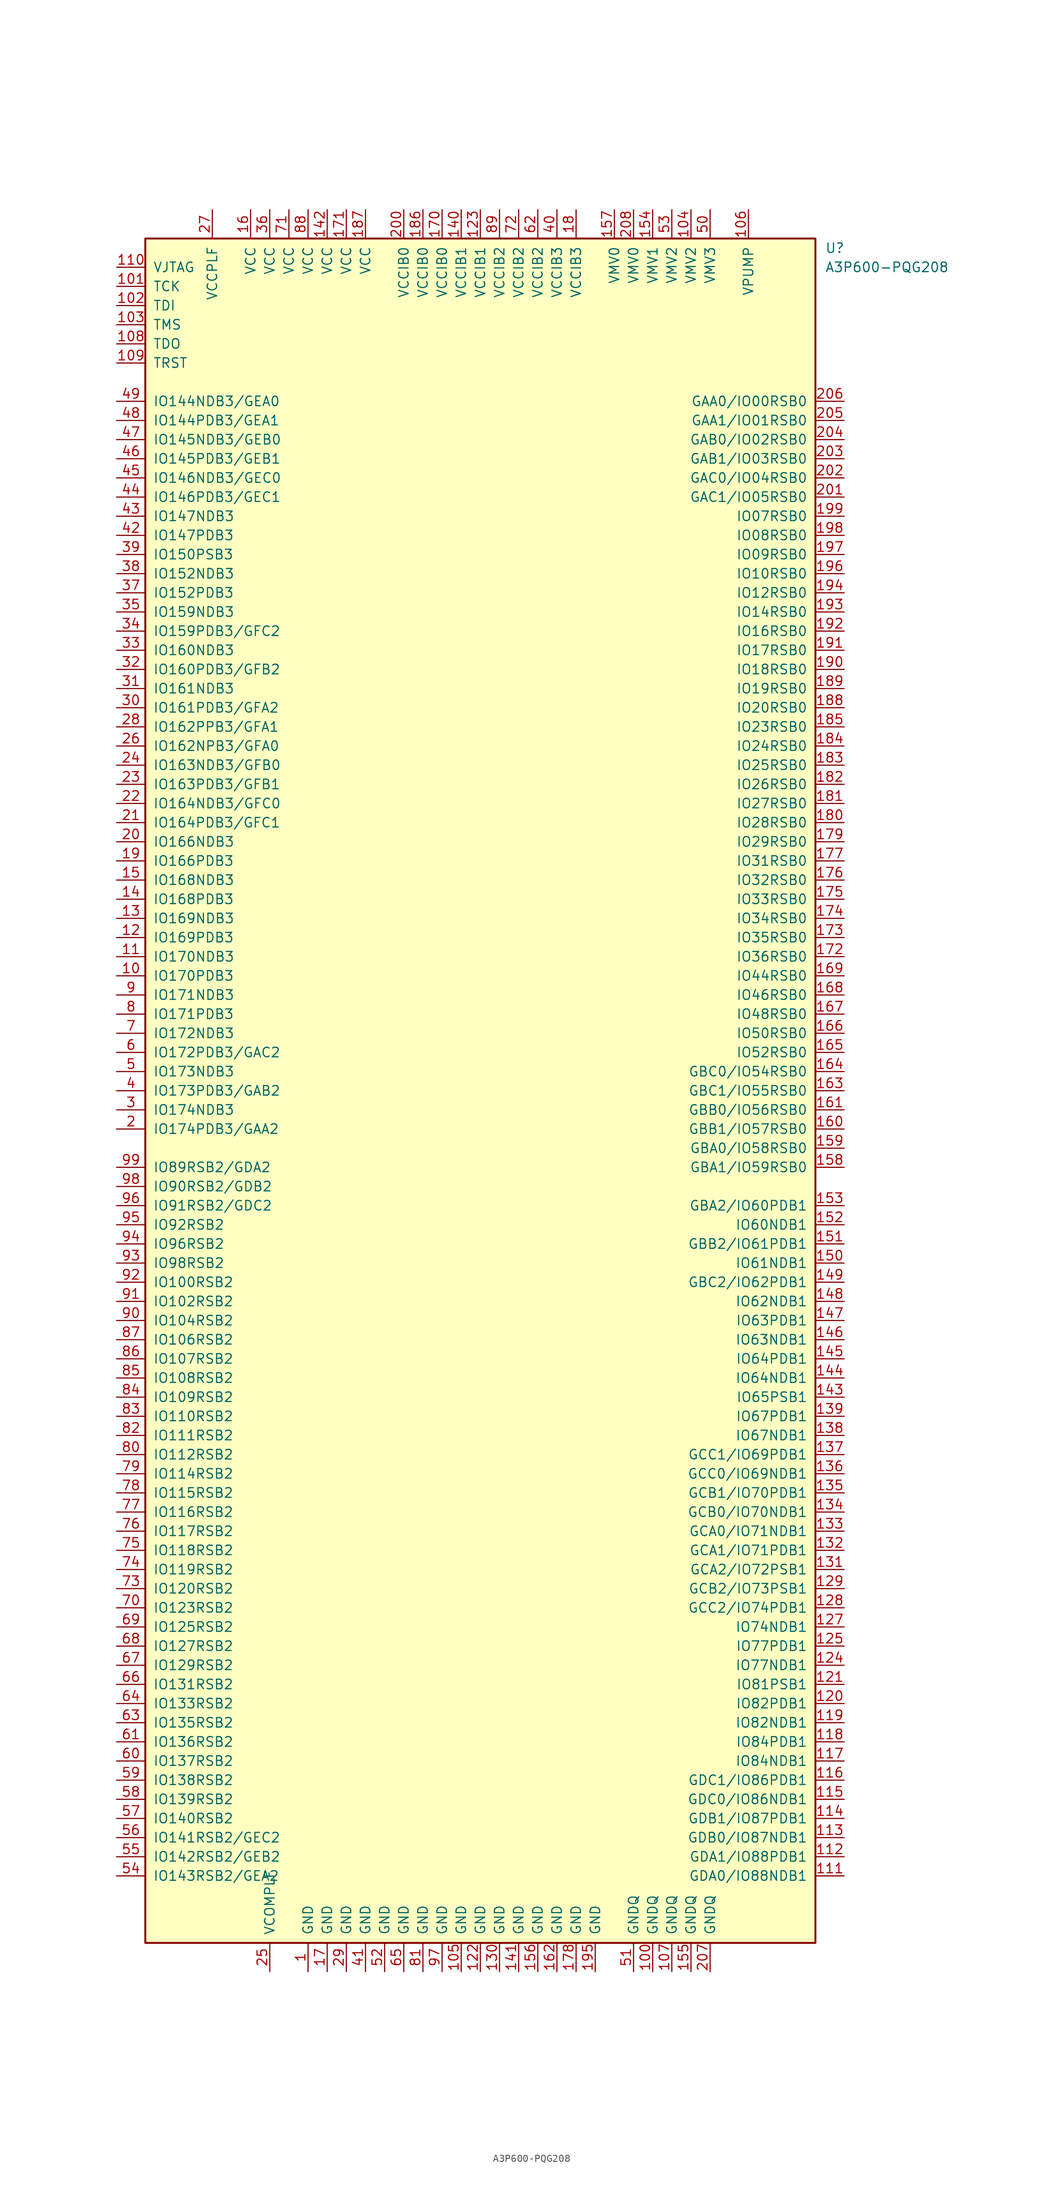
<source format=kicad_sym>
(kicad_symbol_lib
  (version 20211014)
  (generator kicad_symbol_editor)
  (symbol "A3P600-PQG208"
    (pin_names
      (offset 1.016))
    (property "Reference" "U"
      (at 45.72 111.76 0)
      (effects (font (size 1.27 1.27)) (justify left)))
    (property "Value" "A3P600-PQG208"
      (at 45.72 109.22 0)
      (effects (font (size 1.27 1.27)) (justify left)))
    (symbol "A3P600-PQG208_1_0"
      (rectangle (start -44.45 -113.03) (end 44.45 113.03) (stroke (width 0.254) (type default) (color 0 0 0 0)) (fill (type background))))
    (symbol "A3P600-PQG208_1_1"
      (pin power_in line (at -22.86 -116.84 90) (length 3.81) (name "GND" (effects (font (size 1.27 1.27)))) (number "1" (effects (font (size 1.27 1.27)))))
      (pin bidirectional line (at -48.26 15.24 0) (length 3.81) (name "IO170PDB3" (effects (font (size 1.27 1.27)))) (number "10" (effects (font (size 1.27 1.27)))))
      (pin power_in line (at 22.86 -116.84 90) (length 3.81) (name "GNDQ" (effects (font (size 1.27 1.27)))) (number "100" (effects (font (size 1.27 1.27)))))
      (pin bidirectional line (at -48.26 106.68 0) (length 3.81) (name "TCK" (effects (font (size 1.27 1.27)))) (number "101" (effects (font (size 1.27 1.27)))))
      (pin bidirectional line (at -48.26 104.14 0) (length 3.81) (name "TDI" (effects (font (size 1.27 1.27)))) (number "102" (effects (font (size 1.27 1.27)))))
      (pin bidirectional line (at -48.26 101.6 0) (length 3.81) (name "TMS" (effects (font (size 1.27 1.27)))) (number "103" (effects (font (size 1.27 1.27)))))
      (pin power_in line (at 27.94 116.84 270) (length 3.81) (name "VMV2" (effects (font (size 1.27 1.27)))) (number "104" (effects (font (size 1.27 1.27)))))
      (pin power_in line (at -2.54 -116.84 90) (length 3.81) (name "GND" (effects (font (size 1.27 1.27)))) (number "105" (effects (font (size 1.27 1.27)))))
      (pin power_in line (at 35.56 116.84 270) (length 3.81) (name "VPUMP" (effects (font (size 1.27 1.27)))) (number "106" (effects (font (size 1.27 1.27)))))
      (pin power_in line (at 25.4 -116.84 90) (length 3.81) (name "GNDQ" (effects (font (size 1.27 1.27)))) (number "107" (effects (font (size 1.27 1.27)))))
      (pin bidirectional line (at -48.26 99.06 0) (length 3.81) (name "TDO" (effects (font (size 1.27 1.27)))) (number "108" (effects (font (size 1.27 1.27)))))
      (pin bidirectional line (at -48.26 96.52 0) (length 3.81) (name "TRST" (effects (font (size 1.27 1.27)))) (number "109" (effects (font (size 1.27 1.27)))))
      (pin bidirectional line (at -48.26 17.78 0) (length 3.81) (name "IO170NDB3" (effects (font (size 1.27 1.27)))) (number "11" (effects (font (size 1.27 1.27)))))
      (pin power_in line (at -48.26 109.22 0) (length 3.81) (name "VJTAG" (effects (font (size 1.27 1.27)))) (number "110" (effects (font (size 1.27 1.27)))))
      (pin bidirectional line (at 48.26 -104.14 180) (length 3.81) (name "GDA0/IO88NDB1" (effects (font (size 1.27 1.27)))) (number "111" (effects (font (size 1.27 1.27)))))
      (pin bidirectional line (at 48.26 -101.6 180) (length 3.81) (name "GDA1/IO88PDB1" (effects (font (size 1.27 1.27)))) (number "112" (effects (font (size 1.27 1.27)))))
      (pin bidirectional line (at 48.26 -99.06 180) (length 3.81) (name "GDB0/IO87NDB1" (effects (font (size 1.27 1.27)))) (number "113" (effects (font (size 1.27 1.27)))))
      (pin bidirectional line (at 48.26 -96.52 180) (length 3.81) (name "GDB1/IO87PDB1" (effects (font (size 1.27 1.27)))) (number "114" (effects (font (size 1.27 1.27)))))
      (pin bidirectional line (at 48.26 -93.98 180) (length 3.81) (name "GDC0/IO86NDB1" (effects (font (size 1.27 1.27)))) (number "115" (effects (font (size 1.27 1.27)))))
      (pin bidirectional line (at 48.26 -91.44 180) (length 3.81) (name "GDC1/IO86PDB1" (effects (font (size 1.27 1.27)))) (number "116" (effects (font (size 1.27 1.27)))))
      (pin bidirectional line (at 48.26 -88.9 180) (length 3.81) (name "IO84NDB1" (effects (font (size 1.27 1.27)))) (number "117" (effects (font (size 1.27 1.27)))))
      (pin bidirectional line (at 48.26 -86.36 180) (length 3.81) (name "IO84PDB1" (effects (font (size 1.27 1.27)))) (number "118" (effects (font (size 1.27 1.27)))))
      (pin bidirectional line (at 48.26 -83.82 180) (length 3.81) (name "IO82NDB1" (effects (font (size 1.27 1.27)))) (number "119" (effects (font (size 1.27 1.27)))))
      (pin bidirectional line (at -48.26 20.32 0) (length 3.81) (name "IO169PDB3" (effects (font (size 1.27 1.27)))) (number "12" (effects (font (size 1.27 1.27)))))
      (pin bidirectional line (at 48.26 -81.28 180) (length 3.81) (name "IO82PDB1" (effects (font (size 1.27 1.27)))) (number "120" (effects (font (size 1.27 1.27)))))
      (pin bidirectional line (at 48.26 -78.74 180) (length 3.81) (name "IO81PSB1" (effects (font (size 1.27 1.27)))) (number "121" (effects (font (size 1.27 1.27)))))
      (pin power_in line (at 0 -116.84 90) (length 3.81) (name "GND" (effects (font (size 1.27 1.27)))) (number "122" (effects (font (size 1.27 1.27)))))
      (pin power_in line (at 0 116.84 270) (length 3.81) (name "VCCIB1" (effects (font (size 1.27 1.27)))) (number "123" (effects (font (size 1.27 1.27)))))
      (pin bidirectional line (at 48.26 -76.2 180) (length 3.81) (name "IO77NDB1" (effects (font (size 1.27 1.27)))) (number "124" (effects (font (size 1.27 1.27)))))
      (pin bidirectional line (at 48.26 -73.66 180) (length 3.81) (name "IO77PDB1" (effects (font (size 1.27 1.27)))) (number "125" (effects (font (size 1.27 1.27)))))
      (pin bidirectional line (at 48.26 -71.12 180) (length 3.81) (name "IO74NDB1" (effects (font (size 1.27 1.27)))) (number "127" (effects (font (size 1.27 1.27)))))
      (pin bidirectional line (at 48.26 -68.58 180) (length 3.81) (name "GCC2/IO74PDB1" (effects (font (size 1.27 1.27)))) (number "128" (effects (font (size 1.27 1.27)))))
      (pin bidirectional line (at 48.26 -66.04 180) (length 3.81) (name "GCB2/IO73PSB1" (effects (font (size 1.27 1.27)))) (number "129" (effects (font (size 1.27 1.27)))))
      (pin bidirectional line (at -48.26 22.86 0) (length 3.81) (name "IO169NDB3" (effects (font (size 1.27 1.27)))) (number "13" (effects (font (size 1.27 1.27)))))
      (pin power_in line (at 2.54 -116.84 90) (length 3.81) (name "GND" (effects (font (size 1.27 1.27)))) (number "130" (effects (font (size 1.27 1.27)))))
      (pin bidirectional line (at 48.26 -63.5 180) (length 3.81) (name "GCA2/IO72PSB1" (effects (font (size 1.27 1.27)))) (number "131" (effects (font (size 1.27 1.27)))))
      (pin bidirectional line (at 48.26 -60.96 180) (length 3.81) (name "GCA1/IO71PDB1" (effects (font (size 1.27 1.27)))) (number "132" (effects (font (size 1.27 1.27)))))
      (pin bidirectional line (at 48.26 -58.42 180) (length 3.81) (name "GCA0/IO71NDB1" (effects (font (size 1.27 1.27)))) (number "133" (effects (font (size 1.27 1.27)))))
      (pin bidirectional line (at 48.26 -55.88 180) (length 3.81) (name "GCB0/IO70NDB1" (effects (font (size 1.27 1.27)))) (number "134" (effects (font (size 1.27 1.27)))))
      (pin bidirectional line (at 48.26 -53.34 180) (length 3.81) (name "GCB1/IO70PDB1" (effects (font (size 1.27 1.27)))) (number "135" (effects (font (size 1.27 1.27)))))
      (pin bidirectional line (at 48.26 -50.8 180) (length 3.81) (name "GCC0/IO69NDB1" (effects (font (size 1.27 1.27)))) (number "136" (effects (font (size 1.27 1.27)))))
      (pin bidirectional line (at 48.26 -48.26 180) (length 3.81) (name "GCC1/IO69PDB1" (effects (font (size 1.27 1.27)))) (number "137" (effects (font (size 1.27 1.27)))))
      (pin bidirectional line (at 48.26 -45.72 180) (length 3.81) (name "IO67NDB1" (effects (font (size 1.27 1.27)))) (number "138" (effects (font (size 1.27 1.27)))))
      (pin bidirectional line (at 48.26 -43.18 180) (length 3.81) (name "IO67PDB1" (effects (font (size 1.27 1.27)))) (number "139" (effects (font (size 1.27 1.27)))))
      (pin bidirectional line (at -48.26 25.4 0) (length 3.81) (name "IO168PDB3" (effects (font (size 1.27 1.27)))) (number "14" (effects (font (size 1.27 1.27)))))
      (pin power_in line (at -2.54 116.84 270) (length 3.81) (name "VCCIB1" (effects (font (size 1.27 1.27)))) (number "140" (effects (font (size 1.27 1.27)))))
      (pin power_in line (at 5.08 -116.84 90) (length 3.81) (name "GND" (effects (font (size 1.27 1.27)))) (number "141" (effects (font (size 1.27 1.27)))))
      (pin power_in line (at -20.32 116.84 270) (length 3.81) (name "VCC" (effects (font (size 1.27 1.27)))) (number "142" (effects (font (size 1.27 1.27)))))
      (pin bidirectional line (at 48.26 -40.64 180) (length 3.81) (name "IO65PSB1" (effects (font (size 1.27 1.27)))) (number "143" (effects (font (size 1.27 1.27)))))
      (pin bidirectional line (at 48.26 -38.1 180) (length 3.81) (name "IO64NDB1" (effects (font (size 1.27 1.27)))) (number "144" (effects (font (size 1.27 1.27)))))
      (pin bidirectional line (at 48.26 -35.56 180) (length 3.81) (name "IO64PDB1" (effects (font (size 1.27 1.27)))) (number "145" (effects (font (size 1.27 1.27)))))
      (pin bidirectional line (at 48.26 -33.02 180) (length 3.81) (name "IO63NDB1" (effects (font (size 1.27 1.27)))) (number "146" (effects (font (size 1.27 1.27)))))
      (pin bidirectional line (at 48.26 -30.48 180) (length 3.81) (name "IO63PDB1" (effects (font (size 1.27 1.27)))) (number "147" (effects (font (size 1.27 1.27)))))
      (pin bidirectional line (at 48.26 -27.94 180) (length 3.81) (name "IO62NDB1" (effects (font (size 1.27 1.27)))) (number "148" (effects (font (size 1.27 1.27)))))
      (pin bidirectional line (at 48.26 -25.4 180) (length 3.81) (name "GBC2/IO62PDB1" (effects (font (size 1.27 1.27)))) (number "149" (effects (font (size 1.27 1.27)))))
      (pin bidirectional line (at -48.26 27.94 0) (length 3.81) (name "IO168NDB3" (effects (font (size 1.27 1.27)))) (number "15" (effects (font (size 1.27 1.27)))))
      (pin bidirectional line (at 48.26 -22.86 180) (length 3.81) (name "IO61NDB1" (effects (font (size 1.27 1.27)))) (number "150" (effects (font (size 1.27 1.27)))))
      (pin bidirectional line (at 48.26 -20.32 180) (length 3.81) (name "GBB2/IO61PDB1" (effects (font (size 1.27 1.27)))) (number "151" (effects (font (size 1.27 1.27)))))
      (pin bidirectional line (at 48.26 -17.78 180) (length 3.81) (name "IO60NDB1" (effects (font (size 1.27 1.27)))) (number "152" (effects (font (size 1.27 1.27)))))
      (pin bidirectional line (at 48.26 -15.24 180) (length 3.81) (name "GBA2/IO60PDB1" (effects (font (size 1.27 1.27)))) (number "153" (effects (font (size 1.27 1.27)))))
      (pin power_in line (at 22.86 116.84 270) (length 3.81) (name "VMV1" (effects (font (size 1.27 1.27)))) (number "154" (effects (font (size 1.27 1.27)))))
      (pin power_in line (at 27.94 -116.84 90) (length 3.81) (name "GNDQ" (effects (font (size 1.27 1.27)))) (number "155" (effects (font (size 1.27 1.27)))))
      (pin power_in line (at 7.62 -116.84 90) (length 3.81) (name "GND" (effects (font (size 1.27 1.27)))) (number "156" (effects (font (size 1.27 1.27)))))
      (pin power_in line (at 17.78 116.84 270) (length 3.81) (name "VMV0" (effects (font (size 1.27 1.27)))) (number "157" (effects (font (size 1.27 1.27)))))
      (pin bidirectional line (at 48.26 -10.16 180) (length 3.81) (name "GBA1/IO59RSB0" (effects (font (size 1.27 1.27)))) (number "158" (effects (font (size 1.27 1.27)))))
      (pin bidirectional line (at 48.26 -7.62 180) (length 3.81) (name "GBA0/IO58RSB0" (effects (font (size 1.27 1.27)))) (number "159" (effects (font (size 1.27 1.27)))))
      (pin power_in line (at -30.48 116.84 270) (length 3.81) (name "VCC" (effects (font (size 1.27 1.27)))) (number "16" (effects (font (size 1.27 1.27)))))
      (pin bidirectional line (at 48.26 -5.08 180) (length 3.81) (name "GBB1/IO57RSB0" (effects (font (size 1.27 1.27)))) (number "160" (effects (font (size 1.27 1.27)))))
      (pin bidirectional line (at 48.26 -2.54 180) (length 3.81) (name "GBB0/IO56RSB0" (effects (font (size 1.27 1.27)))) (number "161" (effects (font (size 1.27 1.27)))))
      (pin power_in line (at 10.16 -116.84 90) (length 3.81) (name "GND" (effects (font (size 1.27 1.27)))) (number "162" (effects (font (size 1.27 1.27)))))
      (pin bidirectional line (at 48.26 0 180) (length 3.81) (name "GBC1/IO55RSB0" (effects (font (size 1.27 1.27)))) (number "163" (effects (font (size 1.27 1.27)))))
      (pin bidirectional line (at 48.26 2.54 180) (length 3.81) (name "GBC0/IO54RSB0" (effects (font (size 1.27 1.27)))) (number "164" (effects (font (size 1.27 1.27)))))
      (pin bidirectional line (at 48.26 5.08 180) (length 3.81) (name "IO52RSB0" (effects (font (size 1.27 1.27)))) (number "165" (effects (font (size 1.27 1.27)))))
      (pin bidirectional line (at 48.26 7.62 180) (length 3.81) (name "IO50RSB0" (effects (font (size 1.27 1.27)))) (number "166" (effects (font (size 1.27 1.27)))))
      (pin bidirectional line (at 48.26 10.16 180) (length 3.81) (name "IO48RSB0" (effects (font (size 1.27 1.27)))) (number "167" (effects (font (size 1.27 1.27)))))
      (pin bidirectional line (at 48.26 12.7 180) (length 3.81) (name "IO46RSB0" (effects (font (size 1.27 1.27)))) (number "168" (effects (font (size 1.27 1.27)))))
      (pin bidirectional line (at 48.26 15.24 180) (length 3.81) (name "IO44RSB0" (effects (font (size 1.27 1.27)))) (number "169" (effects (font (size 1.27 1.27)))))
      (pin power_in line (at -20.32 -116.84 90) (length 3.81) (name "GND" (effects (font (size 1.27 1.27)))) (number "17" (effects (font (size 1.27 1.27)))))
      (pin power_in line (at -5.08 116.84 270) (length 3.81) (name "VCCIB0" (effects (font (size 1.27 1.27)))) (number "170" (effects (font (size 1.27 1.27)))))
      (pin power_in line (at -17.78 116.84 270) (length 3.81) (name "VCC" (effects (font (size 1.27 1.27)))) (number "171" (effects (font (size 1.27 1.27)))))
      (pin bidirectional line (at 48.26 17.78 180) (length 3.81) (name "IO36RSB0" (effects (font (size 1.27 1.27)))) (number "172" (effects (font (size 1.27 1.27)))))
      (pin bidirectional line (at 48.26 20.32 180) (length 3.81) (name "IO35RSB0" (effects (font (size 1.27 1.27)))) (number "173" (effects (font (size 1.27 1.27)))))
      (pin bidirectional line (at 48.26 22.86 180) (length 3.81) (name "IO34RSB0" (effects (font (size 1.27 1.27)))) (number "174" (effects (font (size 1.27 1.27)))))
      (pin bidirectional line (at 48.26 25.4 180) (length 3.81) (name "IO33RSB0" (effects (font (size 1.27 1.27)))) (number "175" (effects (font (size 1.27 1.27)))))
      (pin bidirectional line (at 48.26 27.94 180) (length 3.81) (name "IO32RSB0" (effects (font (size 1.27 1.27)))) (number "176" (effects (font (size 1.27 1.27)))))
      (pin bidirectional line (at 48.26 30.48 180) (length 3.81) (name "IO31RSB0" (effects (font (size 1.27 1.27)))) (number "177" (effects (font (size 1.27 1.27)))))
      (pin power_in line (at 12.7 -116.84 90) (length 3.81) (name "GND" (effects (font (size 1.27 1.27)))) (number "178" (effects (font (size 1.27 1.27)))))
      (pin bidirectional line (at 48.26 33.02 180) (length 3.81) (name "IO29RSB0" (effects (font (size 1.27 1.27)))) (number "179" (effects (font (size 1.27 1.27)))))
      (pin power_in line (at 12.7 116.84 270) (length 3.81) (name "VCCIB3" (effects (font (size 1.27 1.27)))) (number "18" (effects (font (size 1.27 1.27)))))
      (pin bidirectional line (at 48.26 35.56 180) (length 3.81) (name "IO28RSB0" (effects (font (size 1.27 1.27)))) (number "180" (effects (font (size 1.27 1.27)))))
      (pin bidirectional line (at 48.26 38.1 180) (length 3.81) (name "IO27RSB0" (effects (font (size 1.27 1.27)))) (number "181" (effects (font (size 1.27 1.27)))))
      (pin bidirectional line (at 48.26 40.64 180) (length 3.81) (name "IO26RSB0" (effects (font (size 1.27 1.27)))) (number "182" (effects (font (size 1.27 1.27)))))
      (pin bidirectional line (at 48.26 43.18 180) (length 3.81) (name "IO25RSB0" (effects (font (size 1.27 1.27)))) (number "183" (effects (font (size 1.27 1.27)))))
      (pin bidirectional line (at 48.26 45.72 180) (length 3.81) (name "IO24RSB0" (effects (font (size 1.27 1.27)))) (number "184" (effects (font (size 1.27 1.27)))))
      (pin bidirectional line (at 48.26 48.26 180) (length 3.81) (name "IO23RSB0" (effects (font (size 1.27 1.27)))) (number "185" (effects (font (size 1.27 1.27)))))
      (pin power_in line (at -7.62 116.84 270) (length 3.81) (name "VCCIB0" (effects (font (size 1.27 1.27)))) (number "186" (effects (font (size 1.27 1.27)))))
      (pin power_in line (at -15.24 116.84 270) (length 3.81) (name "VCC" (effects (font (size 1.27 1.27)))) (number "187" (effects (font (size 1.27 1.27)))))
      (pin bidirectional line (at 48.26 50.8 180) (length 3.81) (name "IO20RSB0" (effects (font (size 1.27 1.27)))) (number "188" (effects (font (size 1.27 1.27)))))
      (pin bidirectional line (at 48.26 53.34 180) (length 3.81) (name "IO19RSB0" (effects (font (size 1.27 1.27)))) (number "189" (effects (font (size 1.27 1.27)))))
      (pin bidirectional line (at -48.26 30.48 0) (length 3.81) (name "IO166PDB3" (effects (font (size 1.27 1.27)))) (number "19" (effects (font (size 1.27 1.27)))))
      (pin bidirectional line (at 48.26 55.88 180) (length 3.81) (name "IO18RSB0" (effects (font (size 1.27 1.27)))) (number "190" (effects (font (size 1.27 1.27)))))
      (pin bidirectional line (at 48.26 58.42 180) (length 3.81) (name "IO17RSB0" (effects (font (size 1.27 1.27)))) (number "191" (effects (font (size 1.27 1.27)))))
      (pin bidirectional line (at 48.26 60.96 180) (length 3.81) (name "IO16RSB0" (effects (font (size 1.27 1.27)))) (number "192" (effects (font (size 1.27 1.27)))))
      (pin bidirectional line (at 48.26 63.5 180) (length 3.81) (name "IO14RSB0" (effects (font (size 1.27 1.27)))) (number "193" (effects (font (size 1.27 1.27)))))
      (pin bidirectional line (at 48.26 66.04 180) (length 3.81) (name "IO12RSB0" (effects (font (size 1.27 1.27)))) (number "194" (effects (font (size 1.27 1.27)))))
      (pin power_in line (at 15.24 -116.84 90) (length 3.81) (name "GND" (effects (font (size 1.27 1.27)))) (number "195" (effects (font (size 1.27 1.27)))))
      (pin bidirectional line (at 48.26 68.58 180) (length 3.81) (name "IO10RSB0" (effects (font (size 1.27 1.27)))) (number "196" (effects (font (size 1.27 1.27)))))
      (pin bidirectional line (at 48.26 71.12 180) (length 3.81) (name "IO09RSB0" (effects (font (size 1.27 1.27)))) (number "197" (effects (font (size 1.27 1.27)))))
      (pin bidirectional line (at 48.26 73.66 180) (length 3.81) (name "IO08RSB0" (effects (font (size 1.27 1.27)))) (number "198" (effects (font (size 1.27 1.27)))))
      (pin bidirectional line (at 48.26 76.2 180) (length 3.81) (name "IO07RSB0" (effects (font (size 1.27 1.27)))) (number "199" (effects (font (size 1.27 1.27)))))
      (pin bidirectional line (at -48.26 -5.08 0) (length 3.81) (name "IO174PDB3/GAA2" (effects (font (size 1.27 1.27)))) (number "2" (effects (font (size 1.27 1.27)))))
      (pin bidirectional line (at -48.26 33.02 0) (length 3.81) (name "IO166NDB3" (effects (font (size 1.27 1.27)))) (number "20" (effects (font (size 1.27 1.27)))))
      (pin power_in line (at -10.16 116.84 270) (length 3.81) (name "VCCIB0" (effects (font (size 1.27 1.27)))) (number "200" (effects (font (size 1.27 1.27)))))
      (pin bidirectional line (at 48.26 78.74 180) (length 3.81) (name "GAC1/IO05RSB0" (effects (font (size 1.27 1.27)))) (number "201" (effects (font (size 1.27 1.27)))))
      (pin bidirectional line (at 48.26 81.28 180) (length 3.81) (name "GAC0/IO04RSB0" (effects (font (size 1.27 1.27)))) (number "202" (effects (font (size 1.27 1.27)))))
      (pin bidirectional line (at 48.26 83.82 180) (length 3.81) (name "GAB1/IO03RSB0" (effects (font (size 1.27 1.27)))) (number "203" (effects (font (size 1.27 1.27)))))
      (pin bidirectional line (at 48.26 86.36 180) (length 3.81) (name "GAB0/IO02RSB0" (effects (font (size 1.27 1.27)))) (number "204" (effects (font (size 1.27 1.27)))))
      (pin bidirectional line (at 48.26 88.9 180) (length 3.81) (name "GAA1/IO01RSB0" (effects (font (size 1.27 1.27)))) (number "205" (effects (font (size 1.27 1.27)))))
      (pin bidirectional line (at 48.26 91.44 180) (length 3.81) (name "GAA0/IO00RSB0" (effects (font (size 1.27 1.27)))) (number "206" (effects (font (size 1.27 1.27)))))
      (pin power_in line (at 30.48 -116.84 90) (length 3.81) (name "GNDQ" (effects (font (size 1.27 1.27)))) (number "207" (effects (font (size 1.27 1.27)))))
      (pin power_in line (at 20.32 116.84 270) (length 3.81) (name "VMV0" (effects (font (size 1.27 1.27)))) (number "208" (effects (font (size 1.27 1.27)))))
      (pin bidirectional line (at -48.26 35.56 0) (length 3.81) (name "IO164PDB3/GFC1" (effects (font (size 1.27 1.27)))) (number "21" (effects (font (size 1.27 1.27)))))
      (pin bidirectional line (at -48.26 38.1 0) (length 3.81) (name "IO164NDB3/GFC0" (effects (font (size 1.27 1.27)))) (number "22" (effects (font (size 1.27 1.27)))))
      (pin bidirectional line (at -48.26 40.64 0) (length 3.81) (name "IO163PDB3/GFB1" (effects (font (size 1.27 1.27)))) (number "23" (effects (font (size 1.27 1.27)))))
      (pin bidirectional line (at -48.26 43.18 0) (length 3.81) (name "IO163NDB3/GFB0" (effects (font (size 1.27 1.27)))) (number "24" (effects (font (size 1.27 1.27)))))
      (pin power_in line (at -27.94 -116.84 90) (length 3.81) (name "VCOMPLF" (effects (font (size 1.27 1.27)))) (number "25" (effects (font (size 1.27 1.27)))))
      (pin bidirectional line (at -48.26 45.72 0) (length 3.81) (name "IO162NPB3/GFA0" (effects (font (size 1.27 1.27)))) (number "26" (effects (font (size 1.27 1.27)))))
      (pin power_in line (at -35.56 116.84 270) (length 3.81) (name "VCCPLF" (effects (font (size 1.27 1.27)))) (number "27" (effects (font (size 1.27 1.27)))))
      (pin bidirectional line (at -48.26 48.26 0) (length 3.81) (name "IO162PPB3/GFA1" (effects (font (size 1.27 1.27)))) (number "28" (effects (font (size 1.27 1.27)))))
      (pin power_in line (at -17.78 -116.84 90) (length 3.81) (name "GND" (effects (font (size 1.27 1.27)))) (number "29" (effects (font (size 1.27 1.27)))))
      (pin bidirectional line (at -48.26 -2.54 0) (length 3.81) (name "IO174NDB3" (effects (font (size 1.27 1.27)))) (number "3" (effects (font (size 1.27 1.27)))))
      (pin bidirectional line (at -48.26 50.8 0) (length 3.81) (name "IO161PDB3/GFA2" (effects (font (size 1.27 1.27)))) (number "30" (effects (font (size 1.27 1.27)))))
      (pin bidirectional line (at -48.26 53.34 0) (length 3.81) (name "IO161NDB3" (effects (font (size 1.27 1.27)))) (number "31" (effects (font (size 1.27 1.27)))))
      (pin bidirectional line (at -48.26 55.88 0) (length 3.81) (name "IO160PDB3/GFB2" (effects (font (size 1.27 1.27)))) (number "32" (effects (font (size 1.27 1.27)))))
      (pin bidirectional line (at -48.26 58.42 0) (length 3.81) (name "IO160NDB3" (effects (font (size 1.27 1.27)))) (number "33" (effects (font (size 1.27 1.27)))))
      (pin bidirectional line (at -48.26 60.96 0) (length 3.81) (name "IO159PDB3/GFC2" (effects (font (size 1.27 1.27)))) (number "34" (effects (font (size 1.27 1.27)))))
      (pin bidirectional line (at -48.26 63.5 0) (length 3.81) (name "IO159NDB3" (effects (font (size 1.27 1.27)))) (number "35" (effects (font (size 1.27 1.27)))))
      (pin power_in line (at -27.94 116.84 270) (length 3.81) (name "VCC" (effects (font (size 1.27 1.27)))) (number "36" (effects (font (size 1.27 1.27)))))
      (pin bidirectional line (at -48.26 66.04 0) (length 3.81) (name "IO152PDB3" (effects (font (size 1.27 1.27)))) (number "37" (effects (font (size 1.27 1.27)))))
      (pin bidirectional line (at -48.26 68.58 0) (length 3.81) (name "IO152NDB3" (effects (font (size 1.27 1.27)))) (number "38" (effects (font (size 1.27 1.27)))))
      (pin bidirectional line (at -48.26 71.12 0) (length 3.81) (name "IO150PSB3" (effects (font (size 1.27 1.27)))) (number "39" (effects (font (size 1.27 1.27)))))
      (pin bidirectional line (at -48.26 0 0) (length 3.81) (name "IO173PDB3/GAB2" (effects (font (size 1.27 1.27)))) (number "4" (effects (font (size 1.27 1.27)))))
      (pin power_in line (at 10.16 116.84 270) (length 3.81) (name "VCCIB3" (effects (font (size 1.27 1.27)))) (number "40" (effects (font (size 1.27 1.27)))))
      (pin power_in line (at -15.24 -116.84 90) (length 3.81) (name "GND" (effects (font (size 1.27 1.27)))) (number "41" (effects (font (size 1.27 1.27)))))
      (pin bidirectional line (at -48.26 73.66 0) (length 3.81) (name "IO147PDB3" (effects (font (size 1.27 1.27)))) (number "42" (effects (font (size 1.27 1.27)))))
      (pin bidirectional line (at -48.26 76.2 0) (length 3.81) (name "IO147NDB3" (effects (font (size 1.27 1.27)))) (number "43" (effects (font (size 1.27 1.27)))))
      (pin bidirectional line (at -48.26 78.74 0) (length 3.81) (name "IO146PDB3/GEC1" (effects (font (size 1.27 1.27)))) (number "44" (effects (font (size 1.27 1.27)))))
      (pin bidirectional line (at -48.26 81.28 0) (length 3.81) (name "IO146NDB3/GEC0" (effects (font (size 1.27 1.27)))) (number "45" (effects (font (size 1.27 1.27)))))
      (pin bidirectional line (at -48.26 83.82 0) (length 3.81) (name "IO145PDB3/GEB1" (effects (font (size 1.27 1.27)))) (number "46" (effects (font (size 1.27 1.27)))))
      (pin bidirectional line (at -48.26 86.36 0) (length 3.81) (name "IO145NDB3/GEB0" (effects (font (size 1.27 1.27)))) (number "47" (effects (font (size 1.27 1.27)))))
      (pin bidirectional line (at -48.26 88.9 0) (length 3.81) (name "IO144PDB3/GEA1" (effects (font (size 1.27 1.27)))) (number "48" (effects (font (size 1.27 1.27)))))
      (pin bidirectional line (at -48.26 91.44 0) (length 3.81) (name "IO144NDB3/GEA0" (effects (font (size 1.27 1.27)))) (number "49" (effects (font (size 1.27 1.27)))))
      (pin bidirectional line (at -48.26 2.54 0) (length 3.81) (name "IO173NDB3" (effects (font (size 1.27 1.27)))) (number "5" (effects (font (size 1.27 1.27)))))
      (pin power_in line (at 30.48 116.84 270) (length 3.81) (name "VMV3" (effects (font (size 1.27 1.27)))) (number "50" (effects (font (size 1.27 1.27)))))
      (pin power_in line (at 20.32 -116.84 90) (length 3.81) (name "GNDQ" (effects (font (size 1.27 1.27)))) (number "51" (effects (font (size 1.27 1.27)))))
      (pin power_in line (at -12.7 -116.84 90) (length 3.81) (name "GND" (effects (font (size 1.27 1.27)))) (number "52" (effects (font (size 1.27 1.27)))))
      (pin power_in line (at 25.4 116.84 270) (length 3.81) (name "VMV2" (effects (font (size 1.27 1.27)))) (number "53" (effects (font (size 1.27 1.27)))))
      (pin bidirectional line (at -48.26 -104.14 0) (length 3.81) (name "IO143RSB2/GEA2" (effects (font (size 1.27 1.27)))) (number "54" (effects (font (size 1.27 1.27)))))
      (pin bidirectional line (at -48.26 -101.6 0) (length 3.81) (name "IO142RSB2/GEB2" (effects (font (size 1.27 1.27)))) (number "55" (effects (font (size 1.27 1.27)))))
      (pin bidirectional line (at -48.26 -99.06 0) (length 3.81) (name "IO141RSB2/GEC2" (effects (font (size 1.27 1.27)))) (number "56" (effects (font (size 1.27 1.27)))))
      (pin bidirectional line (at -48.26 -96.52 0) (length 3.81) (name "IO140RSB2" (effects (font (size 1.27 1.27)))) (number "57" (effects (font (size 1.27 1.27)))))
      (pin bidirectional line (at -48.26 -93.98 0) (length 3.81) (name "IO139RSB2" (effects (font (size 1.27 1.27)))) (number "58" (effects (font (size 1.27 1.27)))))
      (pin bidirectional line (at -48.26 -91.44 0) (length 3.81) (name "IO138RSB2" (effects (font (size 1.27 1.27)))) (number "59" (effects (font (size 1.27 1.27)))))
      (pin bidirectional line (at -48.26 5.08 0) (length 3.81) (name "IO172PDB3/GAC2" (effects (font (size 1.27 1.27)))) (number "6" (effects (font (size 1.27 1.27)))))
      (pin bidirectional line (at -48.26 -88.9 0) (length 3.81) (name "IO137RSB2" (effects (font (size 1.27 1.27)))) (number "60" (effects (font (size 1.27 1.27)))))
      (pin bidirectional line (at -48.26 -86.36 0) (length 3.81) (name "IO136RSB2" (effects (font (size 1.27 1.27)))) (number "61" (effects (font (size 1.27 1.27)))))
      (pin power_in line (at 7.62 116.84 270) (length 3.81) (name "VCCIB2" (effects (font (size 1.27 1.27)))) (number "62" (effects (font (size 1.27 1.27)))))
      (pin bidirectional line (at -48.26 -83.82 0) (length 3.81) (name "IO135RSB2" (effects (font (size 1.27 1.27)))) (number "63" (effects (font (size 1.27 1.27)))))
      (pin bidirectional line (at -48.26 -81.28 0) (length 3.81) (name "IO133RSB2" (effects (font (size 1.27 1.27)))) (number "64" (effects (font (size 1.27 1.27)))))
      (pin power_in line (at -10.16 -116.84 90) (length 3.81) (name "GND" (effects (font (size 1.27 1.27)))) (number "65" (effects (font (size 1.27 1.27)))))
      (pin bidirectional line (at -48.26 -78.74 0) (length 3.81) (name "IO131RSB2" (effects (font (size 1.27 1.27)))) (number "66" (effects (font (size 1.27 1.27)))))
      (pin bidirectional line (at -48.26 -76.2 0) (length 3.81) (name "IO129RSB2" (effects (font (size 1.27 1.27)))) (number "67" (effects (font (size 1.27 1.27)))))
      (pin bidirectional line (at -48.26 -73.66 0) (length 3.81) (name "IO127RSB2" (effects (font (size 1.27 1.27)))) (number "68" (effects (font (size 1.27 1.27)))))
      (pin bidirectional line (at -48.26 -71.12 0) (length 3.81) (name "IO125RSB2" (effects (font (size 1.27 1.27)))) (number "69" (effects (font (size 1.27 1.27)))))
      (pin bidirectional line (at -48.26 7.62 0) (length 3.81) (name "IO172NDB3" (effects (font (size 1.27 1.27)))) (number "7" (effects (font (size 1.27 1.27)))))
      (pin bidirectional line (at -48.26 -68.58 0) (length 3.81) (name "IO123RSB2" (effects (font (size 1.27 1.27)))) (number "70" (effects (font (size 1.27 1.27)))))
      (pin power_in line (at -25.4 116.84 270) (length 3.81) (name "VCC" (effects (font (size 1.27 1.27)))) (number "71" (effects (font (size 1.27 1.27)))))
      (pin power_in line (at 5.08 116.84 270) (length 3.81) (name "VCCIB2" (effects (font (size 1.27 1.27)))) (number "72" (effects (font (size 1.27 1.27)))))
      (pin bidirectional line (at -48.26 -66.04 0) (length 3.81) (name "IO120RSB2" (effects (font (size 1.27 1.27)))) (number "73" (effects (font (size 1.27 1.27)))))
      (pin bidirectional line (at -48.26 -63.5 0) (length 3.81) (name "IO119RSB2" (effects (font (size 1.27 1.27)))) (number "74" (effects (font (size 1.27 1.27)))))
      (pin bidirectional line (at -48.26 -60.96 0) (length 3.81) (name "IO118RSB2" (effects (font (size 1.27 1.27)))) (number "75" (effects (font (size 1.27 1.27)))))
      (pin bidirectional line (at -48.26 -58.42 0) (length 3.81) (name "IO117RSB2" (effects (font (size 1.27 1.27)))) (number "76" (effects (font (size 1.27 1.27)))))
      (pin bidirectional line (at -48.26 -55.88 0) (length 3.81) (name "IO116RSB2" (effects (font (size 1.27 1.27)))) (number "77" (effects (font (size 1.27 1.27)))))
      (pin bidirectional line (at -48.26 -53.34 0) (length 3.81) (name "IO115RSB2" (effects (font (size 1.27 1.27)))) (number "78" (effects (font (size 1.27 1.27)))))
      (pin bidirectional line (at -48.26 -50.8 0) (length 3.81) (name "IO114RSB2" (effects (font (size 1.27 1.27)))) (number "79" (effects (font (size 1.27 1.27)))))
      (pin bidirectional line (at -48.26 10.16 0) (length 3.81) (name "IO171PDB3" (effects (font (size 1.27 1.27)))) (number "8" (effects (font (size 1.27 1.27)))))
      (pin bidirectional line (at -48.26 -48.26 0) (length 3.81) (name "IO112RSB2" (effects (font (size 1.27 1.27)))) (number "80" (effects (font (size 1.27 1.27)))))
      (pin power_in line (at -7.62 -116.84 90) (length 3.81) (name "GND" (effects (font (size 1.27 1.27)))) (number "81" (effects (font (size 1.27 1.27)))))
      (pin bidirectional line (at -48.26 -45.72 0) (length 3.81) (name "IO111RSB2" (effects (font (size 1.27 1.27)))) (number "82" (effects (font (size 1.27 1.27)))))
      (pin bidirectional line (at -48.26 -43.18 0) (length 3.81) (name "IO110RSB2" (effects (font (size 1.27 1.27)))) (number "83" (effects (font (size 1.27 1.27)))))
      (pin bidirectional line (at -48.26 -40.64 0) (length 3.81) (name "IO109RSB2" (effects (font (size 1.27 1.27)))) (number "84" (effects (font (size 1.27 1.27)))))
      (pin bidirectional line (at -48.26 -38.1 0) (length 3.81) (name "IO108RSB2" (effects (font (size 1.27 1.27)))) (number "85" (effects (font (size 1.27 1.27)))))
      (pin bidirectional line (at -48.26 -35.56 0) (length 3.81) (name "IO107RSB2" (effects (font (size 1.27 1.27)))) (number "86" (effects (font (size 1.27 1.27)))))
      (pin bidirectional line (at -48.26 -33.02 0) (length 3.81) (name "IO106RSB2" (effects (font (size 1.27 1.27)))) (number "87" (effects (font (size 1.27 1.27)))))
      (pin power_in line (at -22.86 116.84 270) (length 3.81) (name "VCC" (effects (font (size 1.27 1.27)))) (number "88" (effects (font (size 1.27 1.27)))))
      (pin power_in line (at 2.54 116.84 270) (length 3.81) (name "VCCIB2" (effects (font (size 1.27 1.27)))) (number "89" (effects (font (size 1.27 1.27)))))
      (pin bidirectional line (at -48.26 12.7 0) (length 3.81) (name "IO171NDB3" (effects (font (size 1.27 1.27)))) (number "9" (effects (font (size 1.27 1.27)))))
      (pin bidirectional line (at -48.26 -30.48 0) (length 3.81) (name "IO104RSB2" (effects (font (size 1.27 1.27)))) (number "90" (effects (font (size 1.27 1.27)))))
      (pin bidirectional line (at -48.26 -27.94 0) (length 3.81) (name "IO102RSB2" (effects (font (size 1.27 1.27)))) (number "91" (effects (font (size 1.27 1.27)))))
      (pin bidirectional line (at -48.26 -25.4 0) (length 3.81) (name "IO100RSB2" (effects (font (size 1.27 1.27)))) (number "92" (effects (font (size 1.27 1.27)))))
      (pin bidirectional line (at -48.26 -22.86 0) (length 3.81) (name "IO98RSB2" (effects (font (size 1.27 1.27)))) (number "93" (effects (font (size 1.27 1.27)))))
      (pin bidirectional line (at -48.26 -20.32 0) (length 3.81) (name "IO96RSB2" (effects (font (size 1.27 1.27)))) (number "94" (effects (font (size 1.27 1.27)))))
      (pin bidirectional line (at -48.26 -17.78 0) (length 3.81) (name "IO92RSB2" (effects (font (size 1.27 1.27)))) (number "95" (effects (font (size 1.27 1.27)))))
      (pin bidirectional line (at -48.26 -15.24 0) (length 3.81) (name "IO91RSB2/GDC2" (effects (font (size 1.27 1.27)))) (number "96" (effects (font (size 1.27 1.27)))))
      (pin power_in line (at -5.08 -116.84 90) (length 3.81) (name "GND" (effects (font (size 1.27 1.27)))) (number "97" (effects (font (size 1.27 1.27)))))
      (pin bidirectional line (at -48.26 -12.7 0) (length 3.81) (name "IO90RSB2/GDB2" (effects (font (size 1.27 1.27)))) (number "98" (effects (font (size 1.27 1.27)))))
      (pin bidirectional line (at -48.26 -10.16 0) (length 3.81) (name "IO89RSB2/GDA2" (effects (font (size 1.27 1.27)))) (number "99" (effects (font (size 1.27 1.27))))))))
</source>
